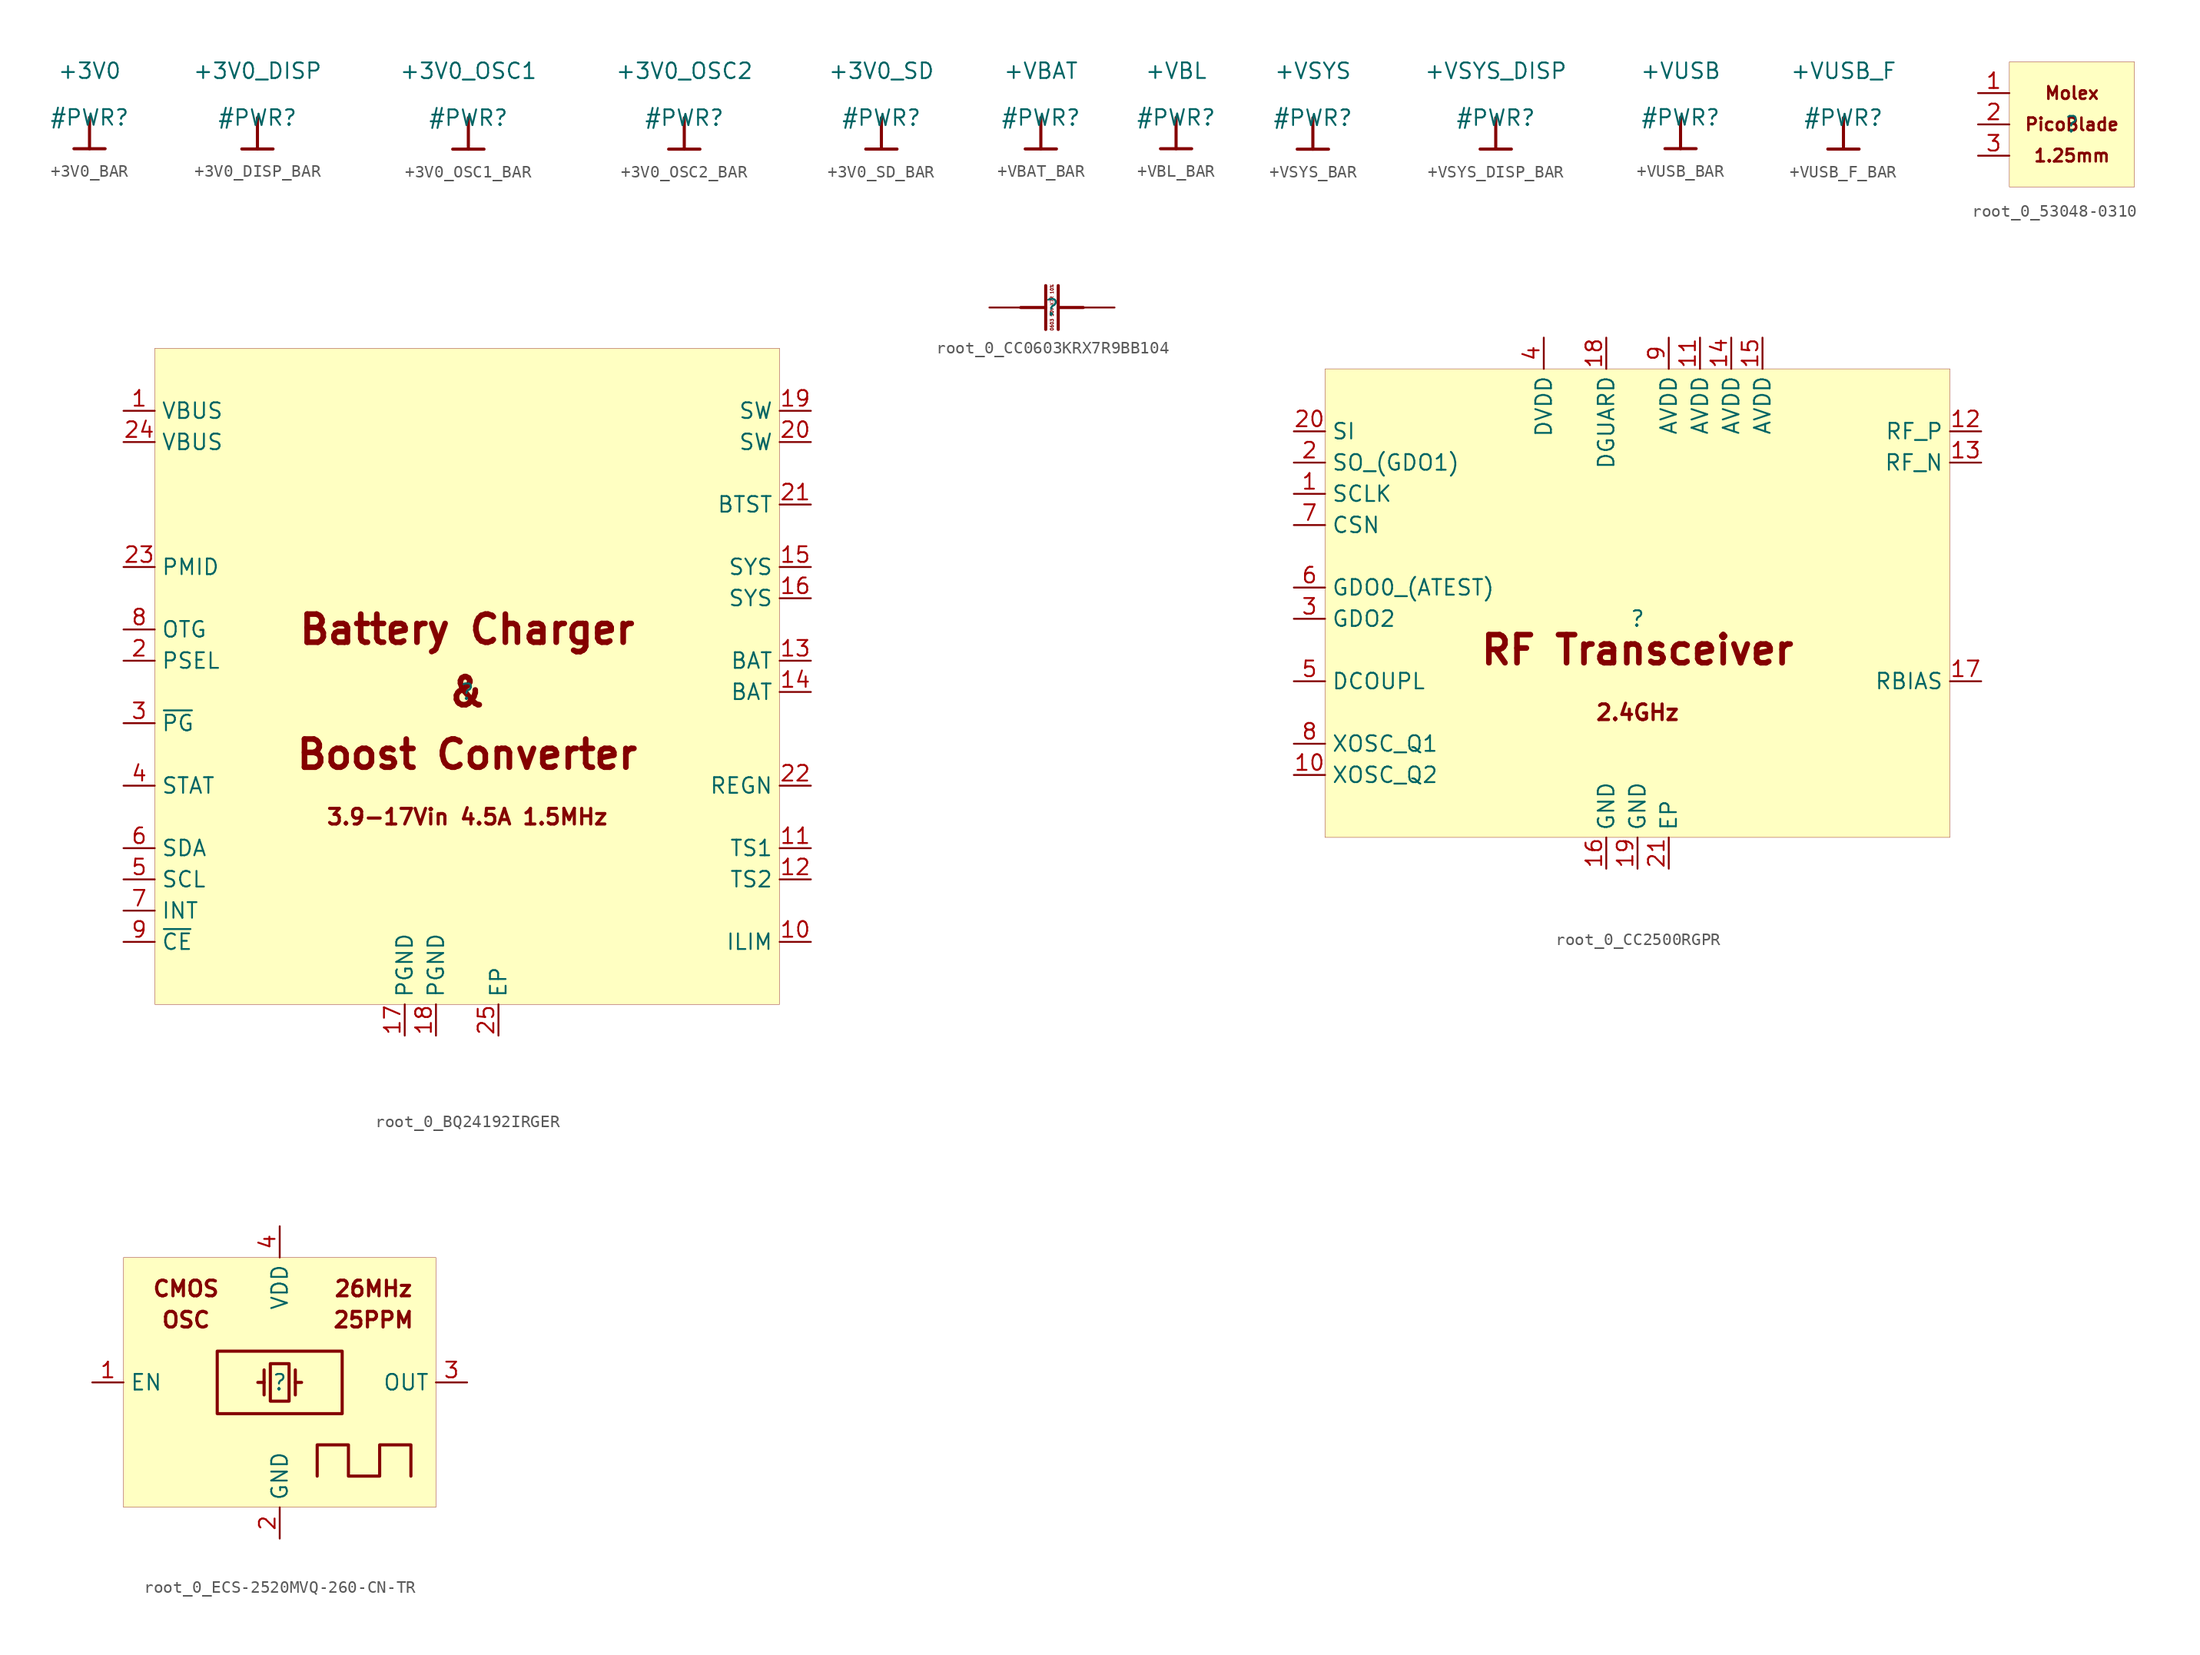
<source format=kicad_sym>
(kicad_symbol_lib
  (version 20231120)
  (generator "kicad_symbol_editor")
  (generator_version "8.0")
  (symbol "+3V0_BAR"
    (power)
    (property "Reference" "#PWR"
      (at 0 0 0)
      (effects (font (size 1.27 1.27))))
    (property "Value" "+3V0"
      (at 0 3.81 0)
      (effects (font (size 1.27 1.27))))
    (symbol "+3V0_BAR_0_0"
      (polyline (pts (xy -1.27 -2.54) (xy 1.27 -2.54)) (stroke (width 0.254) (type solid)) (fill (type none)))
      (polyline (pts (xy 0 0) (xy 0 -2.54)) (stroke (width 0.254) (type solid)) (fill (type none)))
      (pin power_in line (at 0 0 0) (length 0) hide (name "+3V0" (effects (font (size 1.27 1.27)))) (number "" (effects (font (size 1.27 1.27)))))))
  (symbol "+3V0_DISP_BAR"
    (power)
    (property "Reference" "#PWR"
      (at 0 0 0)
      (effects (font (size 1.27 1.27))))
    (property "Value" "+3V0_DISP"
      (at 0 3.81 0)
      (effects (font (size 1.27 1.27))))
    (symbol "+3V0_DISP_BAR_0_0"
      (polyline (pts (xy -1.27 -2.54) (xy 1.27 -2.54)) (stroke (width 0.254) (type solid)) (fill (type none)))
      (polyline (pts (xy 0 0) (xy 0 -2.54)) (stroke (width 0.254) (type solid)) (fill (type none)))
      (pin power_in line (at 0 0 0) (length 0) hide (name "+3V0_DISP" (effects (font (size 1.27 1.27)))) (number "" (effects (font (size 1.27 1.27)))))))
  (symbol "+3V0_OSC1_BAR"
    (power)
    (property "Reference" "#PWR"
      (at 0 0 0)
      (effects (font (size 1.27 1.27))))
    (property "Value" "+3V0_OSC1"
      (at 0 3.81 0)
      (effects (font (size 1.27 1.27))))
    (symbol "+3V0_OSC1_BAR_0_0"
      (polyline (pts (xy -1.27 -2.54) (xy 1.27 -2.54)) (stroke (width 0.254) (type solid)) (fill (type none)))
      (polyline (pts (xy 0 0) (xy 0 -2.54)) (stroke (width 0.254) (type solid)) (fill (type none)))
      (pin power_in line (at 0 0 0) (length 0) hide (name "+3V0_OSC1" (effects (font (size 1.27 1.27)))) (number "" (effects (font (size 1.27 1.27)))))))
  (symbol "+3V0_OSC2_BAR"
    (power)
    (property "Reference" "#PWR"
      (at 0 0 0)
      (effects (font (size 1.27 1.27))))
    (property "Value" "+3V0_OSC2"
      (at 0 3.81 0)
      (effects (font (size 1.27 1.27))))
    (symbol "+3V0_OSC2_BAR_0_0"
      (polyline (pts (xy -1.27 -2.54) (xy 1.27 -2.54)) (stroke (width 0.254) (type solid)) (fill (type none)))
      (polyline (pts (xy 0 0) (xy 0 -2.54)) (stroke (width 0.254) (type solid)) (fill (type none)))
      (pin power_in line (at 0 0 0) (length 0) hide (name "+3V0_OSC2" (effects (font (size 1.27 1.27)))) (number "" (effects (font (size 1.27 1.27)))))))
  (symbol "+3V0_SD_BAR"
    (power)
    (property "Reference" "#PWR"
      (at 0 0 0)
      (effects (font (size 1.27 1.27))))
    (property "Value" "+3V0_SD"
      (at 0 3.81 0)
      (effects (font (size 1.27 1.27))))
    (symbol "+3V0_SD_BAR_0_0"
      (polyline (pts (xy -1.27 -2.54) (xy 1.27 -2.54)) (stroke (width 0.254) (type solid)) (fill (type none)))
      (polyline (pts (xy 0 0) (xy 0 -2.54)) (stroke (width 0.254) (type solid)) (fill (type none)))
      (pin power_in line (at 0 0 0) (length 0) hide (name "+3V0_SD" (effects (font (size 1.27 1.27)))) (number "" (effects (font (size 1.27 1.27)))))))
  (symbol "+VBAT_BAR"
    (power)
    (property "Reference" "#PWR"
      (at 0 0 0)
      (effects (font (size 1.27 1.27))))
    (property "Value" "+VBAT"
      (at 0 3.81 0)
      (effects (font (size 1.27 1.27))))
    (symbol "+VBAT_BAR_0_0"
      (polyline (pts (xy -1.27 -2.54) (xy 1.27 -2.54)) (stroke (width 0.254) (type solid)) (fill (type none)))
      (polyline (pts (xy 0 0) (xy 0 -2.54)) (stroke (width 0.254) (type solid)) (fill (type none)))
      (pin power_in line (at 0 0 0) (length 0) hide (name "+VBAT" (effects (font (size 1.27 1.27)))) (number "" (effects (font (size 1.27 1.27)))))))
  (symbol "+VBL_BAR"
    (power)
    (property "Reference" "#PWR"
      (at 0 0 0)
      (effects (font (size 1.27 1.27))))
    (property "Value" "+VBL"
      (at 0 3.81 0)
      (effects (font (size 1.27 1.27))))
    (symbol "+VBL_BAR_0_0"
      (polyline (pts (xy -1.27 -2.54) (xy 1.27 -2.54)) (stroke (width 0.254) (type solid)) (fill (type none)))
      (polyline (pts (xy 0 0) (xy 0 -2.54)) (stroke (width 0.254) (type solid)) (fill (type none)))
      (pin power_in line (at 0 0 0) (length 0) hide (name "+VBL" (effects (font (size 1.27 1.27)))) (number "" (effects (font (size 1.27 1.27)))))))
  (symbol "+VSYS_BAR"
    (power)
    (property "Reference" "#PWR"
      (at 0 0 0)
      (effects (font (size 1.27 1.27))))
    (property "Value" "+VSYS"
      (at 0 3.81 0)
      (effects (font (size 1.27 1.27))))
    (symbol "+VSYS_BAR_0_0"
      (polyline (pts (xy -1.27 -2.54) (xy 1.27 -2.54)) (stroke (width 0.254) (type solid)) (fill (type none)))
      (polyline (pts (xy 0 0) (xy 0 -2.54)) (stroke (width 0.254) (type solid)) (fill (type none)))
      (pin power_in line (at 0 0 0) (length 0) hide (name "+VSYS" (effects (font (size 1.27 1.27)))) (number "" (effects (font (size 1.27 1.27)))))))
  (symbol "+VSYS_DISP_BAR"
    (power)
    (property "Reference" "#PWR"
      (at 0 0 0)
      (effects (font (size 1.27 1.27))))
    (property "Value" "+VSYS_DISP"
      (at 0 3.81 0)
      (effects (font (size 1.27 1.27))))
    (symbol "+VSYS_DISP_BAR_0_0"
      (polyline (pts (xy -1.27 -2.54) (xy 1.27 -2.54)) (stroke (width 0.254) (type solid)) (fill (type none)))
      (polyline (pts (xy 0 0) (xy 0 -2.54)) (stroke (width 0.254) (type solid)) (fill (type none)))
      (pin power_in line (at 0 0 0) (length 0) hide (name "+VSYS_DISP" (effects (font (size 1.27 1.27)))) (number "" (effects (font (size 1.27 1.27)))))))
  (symbol "+VUSB_BAR"
    (power)
    (property "Reference" "#PWR"
      (at 0 0 0)
      (effects (font (size 1.27 1.27))))
    (property "Value" "+VUSB"
      (at 0 3.81 0)
      (effects (font (size 1.27 1.27))))
    (symbol "+VUSB_BAR_0_0"
      (polyline (pts (xy -1.27 -2.54) (xy 1.27 -2.54)) (stroke (width 0.254) (type solid)) (fill (type none)))
      (polyline (pts (xy 0 0) (xy 0 -2.54)) (stroke (width 0.254) (type solid)) (fill (type none)))
      (pin power_in line (at 0 0 0) (length 0) hide (name "+VUSB" (effects (font (size 1.27 1.27)))) (number "" (effects (font (size 1.27 1.27)))))))
  (symbol "+VUSB_F_BAR"
    (power)
    (property "Reference" "#PWR"
      (at 0 0 0)
      (effects (font (size 1.27 1.27))))
    (property "Value" "+VUSB_F"
      (at 0 3.81 0)
      (effects (font (size 1.27 1.27))))
    (symbol "+VUSB_F_BAR_0_0"
      (polyline (pts (xy -1.27 -2.54) (xy 1.27 -2.54)) (stroke (width 0.254) (type solid)) (fill (type none)))
      (polyline (pts (xy 0 0) (xy 0 -2.54)) (stroke (width 0.254) (type solid)) (fill (type none)))
      (pin power_in line (at 0 0 0) (length 0) hide (name "+VUSB_F" (effects (font (size 1.27 1.27)))) (number "" (effects (font (size 1.27 1.27)))))))
  (symbol "root_0_53048-0310"
    (property "Reference" ""
      (at 0 0 0)
      (effects (font (size 1.27 1.27))))
    (property "Value" ""
      (at 0 0 0)
      (effects (font (size 1.27 1.27))))
    (symbol "root_0_53048-0310_1_0"
      (rectangle (start 5.08 5.08) (end -5.08 -5.08) (stroke (width 0.025) (type solid) (color 128 0 0 1)) (fill (type background)))
      (text "1.25mm" (at 0 -2.54 0) (effects (font (size 1.016 1.016) (thickness 0.203) (bold yes))))
      (text "Molex" (at 0 2.54 0) (effects (font (size 1.016 1.016) (thickness 0.203) (bold yes))))
      (text "PicoBlade" (at 0 0 0) (effects (font (size 1.016 1.016) (thickness 0.203) (bold yes))))
      (pin passive line (at -7.62 2.54 0) (length 2.54) (name "1" (effects (font (size 0 0)))) (number "1" (effects (font (size 1.27 1.27)))))
      (pin passive line (at -7.62 0 0) (length 2.54) (name "2" (effects (font (size 0 0)))) (number "2" (effects (font (size 1.27 1.27)))))
      (pin passive line (at -7.62 -2.54 0) (length 2.54) (name "3" (effects (font (size 0 0)))) (number "3" (effects (font (size 1.27 1.27)))))))
  (symbol "root_0_BQ24192IRGER"
    (property "Reference" ""
      (at 0 0 0)
      (effects (font (size 1.27 1.27))))
    (property "Value" ""
      (at 0 0 0)
      (effects (font (size 1.27 1.27))))
    (symbol "root_0_BQ24192IRGER_1_0"
      (rectangle (start 25.4 27.94) (end -25.4 -25.4) (stroke (width 0.025) (type solid) (color 128 0 0 1)) (fill (type background)))
      (text "&" (at 0 0 0) (effects (font (size 2.286 2.286) (thickness 0.457) (bold yes))))
      (text "3.9-17Vin 4.5A 1.5MHz" (at 0 -10.16 0) (effects (font (size 1.27 1.27) (thickness 0.254) (bold yes))))
      (text "Battery Charger" (at 0 5.08 0) (effects (font (size 2.286 2.286) (thickness 0.457) (bold yes))))
      (text "Boost Converter" (at 0 -5.08 0) (effects (font (size 2.286 2.286) (thickness 0.457) (bold yes))))
      (pin power_in line (at -27.94 22.86 0) (length 2.54) (name "VBUS" (effects (font (size 1.27 1.27)))) (number "1" (effects (font (size 1.27 1.27)))))
      (pin passive line (at 27.94 -20.32 180) (length 2.54) (name "ILIM" (effects (font (size 1.27 1.27)))) (number "10" (effects (font (size 1.27 1.27)))))
      (pin input line (at 27.94 -12.7 180) (length 2.54) (name "TS1" (effects (font (size 1.27 1.27)))) (number "11" (effects (font (size 1.27 1.27)))))
      (pin input line (at 27.94 -15.24 180) (length 2.54) (name "TS2" (effects (font (size 1.27 1.27)))) (number "12" (effects (font (size 1.27 1.27)))))
      (pin power_in line (at 27.94 2.54 180) (length 2.54) (name "BAT" (effects (font (size 1.27 1.27)))) (number "13" (effects (font (size 1.27 1.27)))))
      (pin power_in line (at 27.94 0 180) (length 2.54) (name "BAT" (effects (font (size 1.27 1.27)))) (number "14" (effects (font (size 1.27 1.27)))))
      (pin power_in line (at 27.94 10.16 180) (length 2.54) (name "SYS" (effects (font (size 1.27 1.27)))) (number "15" (effects (font (size 1.27 1.27)))))
      (pin power_in line (at 27.94 7.62 180) (length 2.54) (name "SYS" (effects (font (size 1.27 1.27)))) (number "16" (effects (font (size 1.27 1.27)))))
      (pin power_in line (at -5.08 -27.94 90) (length 2.54) (name "PGND" (effects (font (size 1.27 1.27)))) (number "17" (effects (font (size 1.27 1.27)))))
      (pin power_in line (at -2.54 -27.94 90) (length 2.54) (name "PGND" (effects (font (size 1.27 1.27)))) (number "18" (effects (font (size 1.27 1.27)))))
      (pin power_in line (at 27.94 22.86 180) (length 2.54) (name "SW" (effects (font (size 1.27 1.27)))) (number "19" (effects (font (size 1.27 1.27)))))
      (pin input line (at -27.94 2.54 0) (length 2.54) (name "PSEL" (effects (font (size 1.27 1.27)))) (number "2" (effects (font (size 1.27 1.27)))))
      (pin power_in line (at 27.94 20.32 180) (length 2.54) (name "SW" (effects (font (size 1.27 1.27)))) (number "20" (effects (font (size 1.27 1.27)))))
      (pin power_in line (at 27.94 15.24 180) (length 2.54) (name "BTST" (effects (font (size 1.27 1.27)))) (number "21" (effects (font (size 1.27 1.27)))))
      (pin power_in line (at 27.94 -7.62 180) (length 2.54) (name "REGN" (effects (font (size 1.27 1.27)))) (number "22" (effects (font (size 1.27 1.27)))))
      (pin power_in line (at -27.94 10.16 0) (length 2.54) (name "PMID" (effects (font (size 1.27 1.27)))) (number "23" (effects (font (size 1.27 1.27)))))
      (pin power_in line (at -27.94 20.32 0) (length 2.54) (name "VBUS" (effects (font (size 1.27 1.27)))) (number "24" (effects (font (size 1.27 1.27)))))
      (pin power_in line (at 2.54 -27.94 90) (length 2.54) (name "EP" (effects (font (size 1.27 1.27)))) (number "25" (effects (font (size 1.27 1.27)))))
      (pin open_collector line (at -27.94 -2.54 0) (length 2.54) (name "~{PG}" (effects (font (size 1.27 1.27)))) (number "3" (effects (font (size 1.27 1.27)))))
      (pin open_collector line (at -27.94 -7.62 0) (length 2.54) (name "STAT" (effects (font (size 1.27 1.27)))) (number "4" (effects (font (size 1.27 1.27)))))
      (pin input line (at -27.94 -15.24 0) (length 2.54) (name "SCL" (effects (font (size 1.27 1.27)))) (number "5" (effects (font (size 1.27 1.27)))))
      (pin bidirectional line (at -27.94 -12.7 0) (length 2.54) (name "SDA" (effects (font (size 1.27 1.27)))) (number "6" (effects (font (size 1.27 1.27)))))
      (pin open_collector line (at -27.94 -17.78 0) (length 2.54) (name "INT" (effects (font (size 1.27 1.27)))) (number "7" (effects (font (size 1.27 1.27)))))
      (pin input line (at -27.94 5.08 0) (length 2.54) (name "OTG" (effects (font (size 1.27 1.27)))) (number "8" (effects (font (size 1.27 1.27)))))
      (pin input line (at -27.94 -20.32 0) (length 2.54) (name "~{CE}" (effects (font (size 1.27 1.27)))) (number "9" (effects (font (size 1.27 1.27)))))))
  (symbol "root_0_CC0603KRX7R9BB104"
    (property "Reference" ""
      (at 0 0 0)
      (effects (font (size 1.27 1.27))))
    (property "Value" ""
      (at 0 0 0)
      (effects (font (size 1.27 1.27))))
    (symbol "root_0_CC0603KRX7R9BB104_1_0"
      (polyline (pts (xy -2.54 0) (xy -0.508 0)) (stroke (width 0.254) (type solid)) (fill (type none)))
      (polyline (pts (xy -0.508 1.778) (xy -0.508 -1.778)) (stroke (width 0.254) (type solid)) (fill (type none)))
      (polyline (pts (xy 0.508 -1.778) (xy 0.508 1.778)) (stroke (width 0.254) (type solid)) (fill (type none)))
      (polyline (pts (xy 0.508 0) (xy 2.54 0)) (stroke (width 0.254) (type solid)) (fill (type none)))
      (text "0603 50V X7R 10%" (at 0 0 900) (effects (font (size 0.254 0.254) (thickness 0.051) (bold yes))))
      (pin passive line (at -5.08 0 0) (length 2.54) (name "1" (effects (font (size 0 0)))) (number "1" (effects (font (size 0 0)))))
      (pin passive line (at 5.08 0 180) (length 2.54) (name "2" (effects (font (size 0 0)))) (number "2" (effects (font (size 0 0)))))))
  (symbol "root_0_CC2500RGPR"
    (property "Reference" ""
      (at 0 0 0)
      (effects (font (size 1.27 1.27))))
    (property "Value" ""
      (at 0 0 0)
      (effects (font (size 1.27 1.27))))
    (symbol "root_0_CC2500RGPR_1_0"
      (rectangle (start 25.4 20.32) (end -25.4 -17.78) (stroke (width 0.025) (type solid) (color 128 0 0 1)) (fill (type background)))
      (text "2.4GHz" (at 0 -7.62 0) (effects (font (size 1.27 1.27) (thickness 0.254) (bold yes))))
      (text "RF Transceiver" (at 0 -2.54 0) (effects (font (size 2.286 2.286) (thickness 0.457) (bold yes))))
      (pin input line (at -27.94 10.16 0) (length 2.54) (name "SCLK" (effects (font (size 1.27 1.27)))) (number "1" (effects (font (size 1.27 1.27)))))
      (pin bidirectional line (at -27.94 -12.7 0) (length 2.54) (name "XOSC_Q2" (effects (font (size 1.27 1.27)))) (number "10" (effects (font (size 1.27 1.27)))))
      (pin power_in line (at 5.08 22.86 270) (length 2.54) (name "AVDD" (effects (font (size 1.27 1.27)))) (number "11" (effects (font (size 1.27 1.27)))))
      (pin bidirectional line (at 27.94 15.24 180) (length 2.54) (name "RF_P" (effects (font (size 1.27 1.27)))) (number "12" (effects (font (size 1.27 1.27)))))
      (pin bidirectional line (at 27.94 12.7 180) (length 2.54) (name "RF_N" (effects (font (size 1.27 1.27)))) (number "13" (effects (font (size 1.27 1.27)))))
      (pin power_in line (at 7.62 22.86 270) (length 2.54) (name "AVDD" (effects (font (size 1.27 1.27)))) (number "14" (effects (font (size 1.27 1.27)))))
      (pin power_in line (at 10.16 22.86 270) (length 2.54) (name "AVDD" (effects (font (size 1.27 1.27)))) (number "15" (effects (font (size 1.27 1.27)))))
      (pin power_in line (at -2.54 -20.32 90) (length 2.54) (name "GND" (effects (font (size 1.27 1.27)))) (number "16" (effects (font (size 1.27 1.27)))))
      (pin passive line (at 27.94 -5.08 180) (length 2.54) (name "RBIAS" (effects (font (size 1.27 1.27)))) (number "17" (effects (font (size 1.27 1.27)))))
      (pin power_in line (at -2.54 22.86 270) (length 2.54) (name "DGUARD" (effects (font (size 1.27 1.27)))) (number "18" (effects (font (size 1.27 1.27)))))
      (pin power_in line (at 0 -20.32 90) (length 2.54) (name "GND" (effects (font (size 1.27 1.27)))) (number "19" (effects (font (size 1.27 1.27)))))
      (pin output line (at -27.94 12.7 0) (length 2.54) (name "SO_(GDO1)" (effects (font (size 1.27 1.27)))) (number "2" (effects (font (size 1.27 1.27)))))
      (pin input line (at -27.94 15.24 0) (length 2.54) (name "SI" (effects (font (size 1.27 1.27)))) (number "20" (effects (font (size 1.27 1.27)))))
      (pin power_in line (at 2.54 -20.32 90) (length 2.54) (name "EP" (effects (font (size 1.27 1.27)))) (number "21" (effects (font (size 1.27 1.27)))))
      (pin bidirectional line (at -27.94 0 0) (length 2.54) (name "GDO2" (effects (font (size 1.27 1.27)))) (number "3" (effects (font (size 1.27 1.27)))))
      (pin power_in line (at -7.62 22.86 270) (length 2.54) (name "DVDD" (effects (font (size 1.27 1.27)))) (number "4" (effects (font (size 1.27 1.27)))))
      (pin power_in line (at -27.94 -5.08 0) (length 2.54) (name "DCOUPL" (effects (font (size 1.27 1.27)))) (number "5" (effects (font (size 1.27 1.27)))))
      (pin bidirectional line (at -27.94 2.54 0) (length 2.54) (name "GDO0_(ATEST)" (effects (font (size 1.27 1.27)))) (number "6" (effects (font (size 1.27 1.27)))))
      (pin input line (at -27.94 7.62 0) (length 2.54) (name "CSN" (effects (font (size 1.27 1.27)))) (number "7" (effects (font (size 1.27 1.27)))))
      (pin bidirectional line (at -27.94 -10.16 0) (length 2.54) (name "XOSC_Q1" (effects (font (size 1.27 1.27)))) (number "8" (effects (font (size 1.27 1.27)))))
      (pin power_in line (at 2.54 22.86 270) (length 2.54) (name "AVDD" (effects (font (size 1.27 1.27)))) (number "9" (effects (font (size 1.27 1.27)))))))
  (symbol "root_0_ECS-2520MVQ-260-CN-TR"
    (property "Reference" ""
      (at 0 0 0)
      (effects (font (size 1.27 1.27))))
    (property "Value" ""
      (at 0 0 0)
      (effects (font (size 1.27 1.27))))
    (symbol "root_0_ECS-2520MVQ-260-CN-TR_1_0"
      (polyline (pts (xy -1.27 0) (xy -1.778 0)) (stroke (width 0.254) (type solid)) (fill (type none)))
      (polyline (pts (xy -1.27 1.016) (xy -1.27 -1.016)) (stroke (width 0.254) (type solid)) (fill (type none)))
      (polyline (pts (xy 1.27 1.016) (xy 1.27 -1.016)) (stroke (width 0.254) (type solid)) (fill (type none)))
      (polyline (pts (xy 1.778 0) (xy 1.27 0)) (stroke (width 0.254) (type solid)) (fill (type none)))
      (polyline (pts (xy -5.08 -2.54) (xy 5.08 -2.54) (xy 5.08 2.54) (xy -5.08 2.54) (xy -5.08 -2.54)) (stroke (width 0.254) (type solid)) (fill (type none)))
      (polyline (pts (xy 0.762 1.524) (xy -0.762 1.524) (xy -0.762 -1.524) (xy 0.762 -1.524) (xy 0.762 1.524)) (stroke (width 0.254) (type solid)) (fill (type none)))
      (polyline (pts (xy 3.048 -7.62) (xy 3.048 -5.08) (xy 5.588 -5.08) (xy 5.588 -7.62) (xy 8.128 -7.62) (xy 8.128 -5.08) (xy 10.668 -5.08) (xy 10.668 -7.62)) (stroke (width 0.254) (type solid)) (fill (type none)))
      (rectangle (start 12.7 10.16) (end -12.7 -10.16) (stroke (width 0.025) (type solid) (color 128 0 0 1)) (fill (type background)))
      (text "25PPM" (at 7.62 5.08 0) (effects (font (size 1.27 1.27) (thickness 0.254) (bold yes))))
      (text "26MHz" (at 7.62 7.62 0) (effects (font (size 1.27 1.27) (thickness 0.254) (bold yes))))
      (text "CMOS" (at -7.62 7.62 0) (effects (font (size 1.27 1.27) (thickness 0.254) (bold yes))))
      (text "OSC" (at -7.62 5.08 0) (effects (font (size 1.27 1.27) (thickness 0.254) (bold yes))))
      (pin passive line (at -15.24 0 0) (length 2.54) (name "EN" (effects (font (size 1.27 1.27)))) (number "1" (effects (font (size 1.27 1.27)))))
      (pin power_in line (at 0 -12.7 90) (length 2.54) (name "GND" (effects (font (size 1.27 1.27)))) (number "2" (effects (font (size 1.27 1.27)))))
      (pin passive line (at 15.24 0 180) (length 2.54) (name "OUT" (effects (font (size 1.27 1.27)))) (number "3" (effects (font (size 1.27 1.27)))))
      (pin power_in line (at 0 12.7 270) (length 2.54) (name "VDD" (effects (font (size 1.27 1.27)))) (number "4" (effects (font (size 1.27 1.27))))))))
</source>
